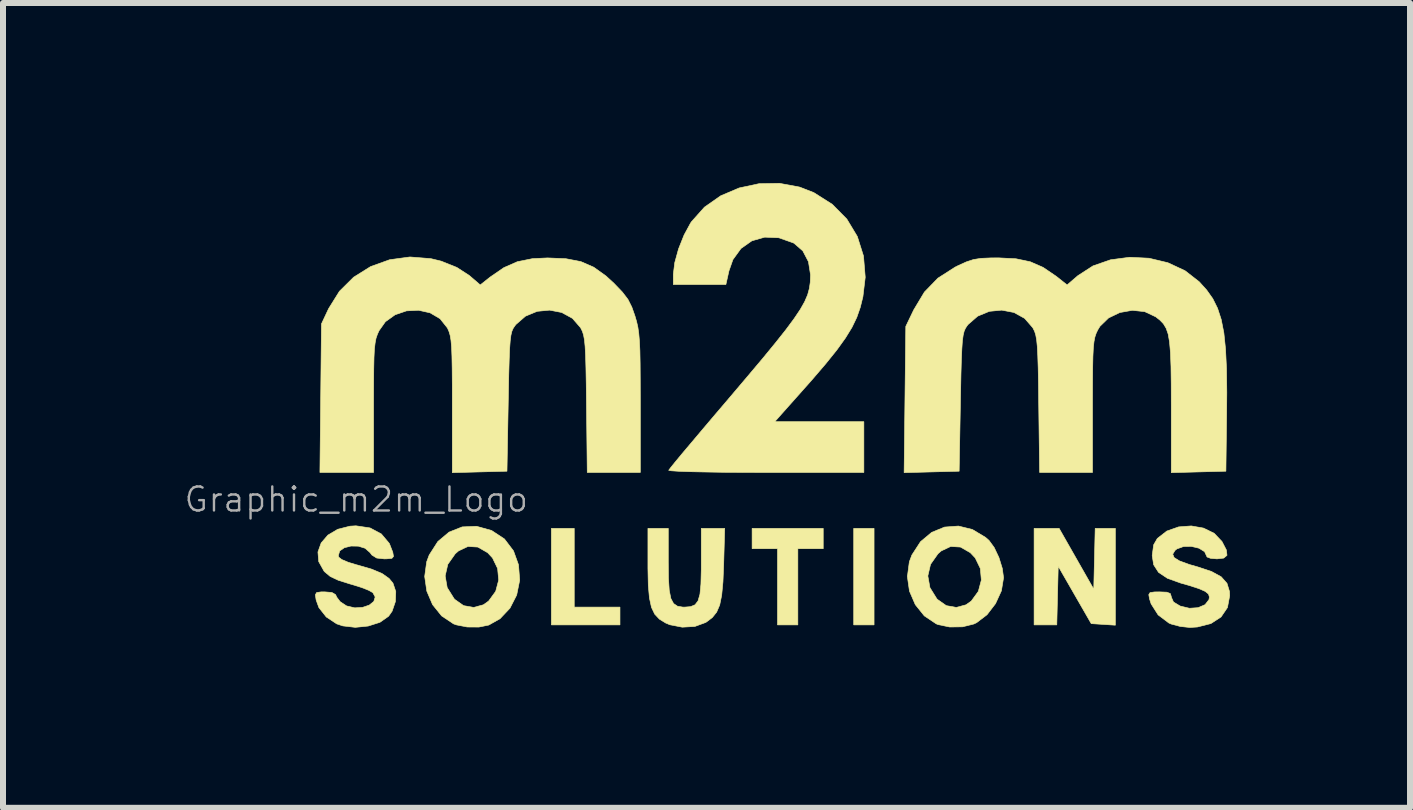
<source format=kicad_pcb>
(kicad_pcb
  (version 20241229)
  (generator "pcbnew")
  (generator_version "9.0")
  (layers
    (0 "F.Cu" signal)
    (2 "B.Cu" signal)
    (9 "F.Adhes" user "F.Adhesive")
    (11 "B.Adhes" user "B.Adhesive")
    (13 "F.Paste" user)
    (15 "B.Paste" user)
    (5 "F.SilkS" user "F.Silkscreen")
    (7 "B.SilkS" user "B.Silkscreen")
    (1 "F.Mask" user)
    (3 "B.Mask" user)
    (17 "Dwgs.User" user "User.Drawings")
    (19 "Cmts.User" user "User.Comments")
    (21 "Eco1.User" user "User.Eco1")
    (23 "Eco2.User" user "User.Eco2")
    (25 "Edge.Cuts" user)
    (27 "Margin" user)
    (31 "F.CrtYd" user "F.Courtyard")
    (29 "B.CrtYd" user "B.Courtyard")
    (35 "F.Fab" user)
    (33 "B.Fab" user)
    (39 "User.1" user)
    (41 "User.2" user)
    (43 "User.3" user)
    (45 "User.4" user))
  (footprint "Graphic_m2m_Logo"
    (layer "F.Cu")
    (at 10.287 4.273)
    (property "Reference" "Graphic_m2m_Logo" (at -7.4 1 0) (layer "F.Fab") (effects (font (size 0.4 0.4) (thickness 0.04))))
    (attr board_only exclude_from_pos_files exclude_from_bom)
    (fp_poly (pts (xy 1.228 3.09) (xy 0.889 3.09) (xy 0.889 1.482) (xy 1.228 1.482) (xy 1.228 3.09)) (stroke (width 0.01) (type solid)) (fill yes) (layer "F.SilkS"))
    (fp_poly (pts (xy -3.768 2.794) (xy -3.006 2.794) (xy -3.006 3.09) (xy -4.149 3.09) (xy -4.149 1.482) (xy -3.768 1.482) (xy -3.768 2.794)) (stroke (width 0.01) (type solid)) (fill yes) (layer "F.SilkS"))
    (fp_poly (pts (xy 0.381 1.82) (xy -0.042 1.82) (xy -0.042 3.09) (xy -0.381 3.09) (xy -0.381 1.82) (xy -0.804 1.82) (xy -0.804 1.482) (xy 0.381 1.482) (xy 0.381 1.82)) (stroke (width 0.01) (type solid)) (fill yes) (layer "F.SilkS"))
    (fp_poly (pts (xy 4.889 2.495) (xy 4.901 1.988) (xy 4.913 1.482) (xy 5.249 1.482) (xy 5.249 3.095) (xy 5.048 3.082) (xy 4.847 3.069) (xy 4.297 2.113) (xy 4.285 2.602) (xy 4.273 3.09) (xy 3.895 3.09) (xy 3.895 1.482) (xy 4.312 1.482) (xy 4.889 2.495)) (stroke (width 0.01) (type solid)) (fill yes) (layer "F.SilkS"))
    (fp_poly (pts (xy -2.201 2.044) (xy -2.198 2.316) (xy -2.185 2.514) (xy -2.158 2.65) (xy -2.113 2.734) (xy -2.047 2.779) (xy -1.956 2.794) (xy -1.93 2.794) (xy -1.829 2.786) (xy -1.755 2.755) (xy -1.705 2.69) (xy -1.673 2.578) (xy -1.657 2.409) (xy -1.651 2.171) (xy -1.651 2.06) (xy -1.651 1.482) (xy -1.261 1.482) (xy -1.278 2.085) (xy -1.29 2.375) (xy -1.311 2.595) (xy -1.344 2.758) (xy -1.395 2.877) (xy -1.467 2.967) (xy -1.564 3.041) (xy -1.579 3.05) (xy -1.758 3.116) (xy -1.968 3.128) (xy -2.174 3.088) (xy -2.244 3.059) (xy -2.349 2.994) (xy -2.427 2.911) (xy -2.481 2.798) (xy -2.515 2.642) (xy -2.534 2.43) (xy -2.54 2.148) (xy -2.54 2.085) (xy -2.54 1.482) (xy -2.201 1.482) (xy -2.201 2.044)) (stroke (width 0.01) (type solid)) (fill yes) (layer "F.SilkS"))
    (fp_poly (pts (xy -5.148 1.516) (xy -5.142 1.519) (xy -4.931 1.658) (xy -4.78 1.857) (xy -4.697 2.088) (xy -4.677 2.345) (xy -4.727 2.592) (xy -4.839 2.811) (xy -5.005 2.987) (xy -5.193 3.093) (xy -5.357 3.126) (xy -5.552 3.125) (xy -5.731 3.09) (xy -5.779 3.073) (xy -5.978 2.94) (xy -6.129 2.752) (xy -6.225 2.527) (xy -6.26 2.284) (xy -6.259 2.274) (xy -5.919 2.274) (xy -5.885 2.469) (xy -5.77 2.653) (xy -5.758 2.666) (xy -5.612 2.769) (xy -5.445 2.799) (xy -5.282 2.755) (xy -5.195 2.693) (xy -5.077 2.531) (xy -5.027 2.343) (xy -5.045 2.15) (xy -5.13 1.974) (xy -5.211 1.887) (xy -5.375 1.793) (xy -5.539 1.783) (xy -5.696 1.857) (xy -5.751 1.905) (xy -5.875 2.081) (xy -5.919 2.274) (xy -6.259 2.274) (xy -6.227 2.039) (xy -6.185 1.926) (xy -6.041 1.701) (xy -5.854 1.544) (xy -5.635 1.457) (xy -5.396 1.447) (xy -5.148 1.516)) (stroke (width 0.01) (type solid)) (fill yes) (layer "F.SilkS"))
    (fp_poly (pts (xy 2.866 1.5) (xy 3.086 1.632) (xy 3.144 1.683) (xy 3.23 1.801) (xy 3.309 1.968) (xy 3.365 2.149) (xy 3.386 2.304) (xy 3.35 2.522) (xy 3.252 2.736) (xy 3.11 2.921) (xy 2.937 3.053) (xy 2.891 3.075) (xy 2.702 3.122) (xy 2.488 3.125) (xy 2.295 3.085) (xy 2.265 3.073) (xy 2.066 2.94) (xy 1.915 2.752) (xy 1.818 2.527) (xy 1.783 2.284) (xy 1.785 2.274) (xy 2.124 2.274) (xy 2.159 2.469) (xy 2.273 2.653) (xy 2.285 2.666) (xy 2.432 2.769) (xy 2.598 2.799) (xy 2.761 2.755) (xy 2.848 2.693) (xy 2.966 2.531) (xy 3.016 2.343) (xy 2.999 2.15) (xy 2.914 1.974) (xy 2.832 1.887) (xy 2.668 1.793) (xy 2.505 1.783) (xy 2.348 1.857) (xy 2.293 1.905) (xy 2.169 2.081) (xy 2.124 2.274) (xy 1.785 2.274) (xy 1.816 2.039) (xy 1.858 1.926) (xy 2.002 1.704) (xy 2.188 1.548) (xy 2.403 1.46) (xy 2.634 1.443) (xy 2.866 1.5)) (stroke (width 0.01) (type solid)) (fill yes) (layer "F.SilkS"))
    (fp_poly (pts (xy 6.718 1.477) (xy 6.896 1.564) (xy 7.026 1.701) (xy 7.026 1.701) (xy 7.099 1.842) (xy 7.109 1.931) (xy 7.055 1.977) (xy 6.943 1.99) (xy 6.837 1.981) (xy 6.778 1.959) (xy 6.773 1.95) (xy 6.736 1.87) (xy 6.642 1.812) (xy 6.516 1.782) (xy 6.385 1.784) (xy 6.274 1.824) (xy 6.244 1.848) (xy 6.205 1.911) (xy 6.228 1.968) (xy 6.318 2.024) (xy 6.482 2.084) (xy 6.616 2.122) (xy 6.851 2.2) (xy 7.012 2.288) (xy 7.109 2.397) (xy 7.151 2.534) (xy 7.154 2.604) (xy 7.117 2.801) (xy 7.01 2.958) (xy 6.841 3.068) (xy 6.616 3.125) (xy 6.489 3.133) (xy 6.331 3.116) (xy 6.18 3.076) (xy 6.141 3.059) (xy 5.962 2.924) (xy 5.845 2.74) (xy 5.818 2.656) (xy 5.806 2.586) (xy 5.827 2.552) (xy 5.9 2.541) (xy 5.986 2.54) (xy 6.106 2.545) (xy 6.164 2.567) (xy 6.18 2.615) (xy 6.181 2.627) (xy 6.218 2.709) (xy 6.329 2.776) (xy 6.483 2.813) (xy 6.628 2.803) (xy 6.744 2.753) (xy 6.809 2.669) (xy 6.816 2.625) (xy 6.801 2.576) (xy 6.747 2.532) (xy 6.643 2.486) (xy 6.476 2.432) (xy 6.341 2.394) (xy 6.117 2.314) (xy 5.969 2.215) (xy 5.887 2.088) (xy 5.863 1.934) (xy 5.887 1.756) (xy 5.948 1.65) (xy 6.107 1.526) (xy 6.303 1.457) (xy 6.514 1.441) (xy 6.718 1.477)) (stroke (width 0.01) (type solid)) (fill yes) (layer "F.SilkS"))
    (fp_poly (pts (xy -7.171 1.474) (xy -6.983 1.574) (xy -6.849 1.733) (xy -6.792 1.879) (xy -6.78 1.95) (xy -6.807 1.981) (xy -6.892 1.989) (xy -6.933 1.99) (xy -7.06 1.976) (xy -7.14 1.926) (xy -7.172 1.884) (xy -7.253 1.813) (xy -7.366 1.778) (xy -7.488 1.776) (xy -7.599 1.804) (xy -7.676 1.857) (xy -7.699 1.934) (xy -7.692 1.962) (xy -7.642 2.001) (xy -7.533 2.047) (xy -7.388 2.091) (xy -7.385 2.091) (xy -7.144 2.161) (xy -6.972 2.233) (xy -6.854 2.316) (xy -6.789 2.394) (xy -6.742 2.534) (xy -6.748 2.701) (xy -6.803 2.862) (xy -6.862 2.946) (xy -7.006 3.047) (xy -7.201 3.109) (xy -7.416 3.131) (xy -7.624 3.107) (xy -7.726 3.073) (xy -7.9 2.958) (xy -8.023 2.802) (xy -8.069 2.676) (xy -8.082 2.589) (xy -8.061 2.551) (xy -7.985 2.54) (xy -7.924 2.54) (xy -7.806 2.55) (xy -7.745 2.586) (xy -7.725 2.629) (xy -7.668 2.704) (xy -7.568 2.77) (xy -7.558 2.775) (xy -7.425 2.806) (xy -7.295 2.798) (xy -7.183 2.76) (xy -7.108 2.699) (xy -7.085 2.625) (xy -7.124 2.553) (xy -7.19 2.515) (xy -7.314 2.466) (xy -7.472 2.417) (xy -7.507 2.407) (xy -7.701 2.346) (xy -7.834 2.283) (xy -7.925 2.207) (xy -7.938 2.193) (xy -8.026 2.035) (xy -8.039 1.875) (xy -7.985 1.724) (xy -7.873 1.594) (xy -7.71 1.497) (xy -7.506 1.445) (xy -7.406 1.439) (xy -7.171 1.474)) (stroke (width 0.01) (type solid)) (fill yes) (layer "F.SilkS"))
    (fp_poly (pts (xy -0.013 -4.206) (xy 0.225 -4.113) (xy 0.531 -3.919) (xy 0.774 -3.673) (xy 0.949 -3.383) (xy 1.052 -3.057) (xy 1.081 -2.703) (xy 1.042 -2.377) (xy 0.998 -2.2) (xy 0.94 -2.034) (xy 0.86 -1.868) (xy 0.752 -1.692) (xy 0.609 -1.493) (xy 0.424 -1.263) (xy 0.191 -0.991) (xy 0.016 -0.794) (xy -0.427 -0.296) (xy 1.058 -0.296) (xy 1.058 0.55) (xy -0.575 0.55) (xy -0.954 0.549) (xy -1.298 0.547) (xy -1.597 0.542) (xy -1.844 0.537) (xy -2.032 0.53) (xy -2.151 0.522) (xy -2.194 0.514) (xy -2.194 0.513) (xy -2.164 0.473) (xy -2.086 0.376) (xy -1.965 0.23) (xy -1.807 0.043) (xy -1.62 -0.179) (xy -1.409 -0.428) (xy -1.195 -0.679) (xy -0.884 -1.046) (xy -0.623 -1.356) (xy -0.409 -1.617) (xy -0.237 -1.834) (xy -0.103 -2.015) (xy -0.001 -2.167) (xy 0.072 -2.296) (xy 0.121 -2.41) (xy 0.15 -2.516) (xy 0.165 -2.62) (xy 0.169 -2.729) (xy 0.169 -2.747) (xy 0.135 -2.962) (xy 0.041 -3.142) (xy -0.104 -3.268) (xy -0.116 -3.275) (xy -0.359 -3.361) (xy -0.594 -3.371) (xy -0.808 -3.31) (xy -0.989 -3.183) (xy -1.124 -2.997) (xy -1.19 -2.809) (xy -1.241 -2.582) (xy -2.117 -2.582) (xy -2.117 -2.753) (xy -2.093 -2.947) (xy -2.03 -3.175) (xy -1.938 -3.406) (xy -1.829 -3.607) (xy -1.814 -3.629) (xy -1.598 -3.871) (xy -1.328 -4.06) (xy -1.02 -4.191) (xy -0.689 -4.262) (xy -0.348 -4.268) (xy -0.013 -4.206)) (stroke (width 0.01) (type solid)) (fill yes) (layer "F.SilkS"))
    (fp_poly (pts (xy 5.81 -3.02) (xy 6.124 -2.945) (xy 6.41 -2.812) (xy 6.645 -2.629) (xy 6.77 -2.491) (xy 6.872 -2.347) (xy 6.952 -2.186) (xy 7.013 -1.999) (xy 7.057 -1.776) (xy 7.085 -1.505) (xy 7.101 -1.179) (xy 7.106 -0.785) (xy 7.103 -0.423) (xy 7.091 0.529) (xy 6.636 0.541) (xy 6.181 0.553) (xy 6.181 -0.559) (xy 6.18 -0.927) (xy 6.176 -1.22) (xy 6.167 -1.449) (xy 6.152 -1.624) (xy 6.129 -1.756) (xy 6.095 -1.853) (xy 6.05 -1.928) (xy 5.991 -1.989) (xy 5.921 -2.044) (xy 5.738 -2.13) (xy 5.531 -2.152) (xy 5.323 -2.115) (xy 5.136 -2.025) (xy 4.992 -1.885) (xy 4.956 -1.826) (xy 4.929 -1.769) (xy 4.908 -1.707) (xy 4.893 -1.63) (xy 4.882 -1.527) (xy 4.875 -1.385) (xy 4.871 -1.195) (xy 4.869 -0.944) (xy 4.868 -0.622) (xy 4.868 -0.552) (xy 4.868 0.55) (xy 3.987 0.55) (xy 3.972 -0.582) (xy 3.968 -0.924) (xy 3.963 -1.193) (xy 3.956 -1.398) (xy 3.948 -1.55) (xy 3.937 -1.661) (xy 3.922 -1.742) (xy 3.903 -1.802) (xy 3.878 -1.852) (xy 3.872 -1.863) (xy 3.737 -2.018) (xy 3.559 -2.116) (xy 3.356 -2.155) (xy 3.149 -2.135) (xy 2.955 -2.055) (xy 2.794 -1.915) (xy 2.776 -1.891) (xy 2.75 -1.851) (xy 2.729 -1.803) (xy 2.713 -1.737) (xy 2.7 -1.643) (xy 2.691 -1.51) (xy 2.683 -1.328) (xy 2.676 -1.086) (xy 2.67 -0.775) (xy 2.667 -0.621) (xy 2.646 0.529) (xy 2.187 0.541) (xy 1.729 0.553) (xy 1.743 -0.665) (xy 1.757 -1.884) (xy 1.889 -2.159) (xy 2.067 -2.456) (xy 2.292 -2.688) (xy 2.579 -2.872) (xy 2.625 -2.895) (xy 2.766 -2.959) (xy 2.884 -2.998) (xy 3.009 -3.018) (xy 3.172 -3.025) (xy 3.302 -3.026) (xy 3.593 -3.011) (xy 3.831 -2.961) (xy 4.044 -2.868) (xy 4.258 -2.723) (xy 4.279 -2.707) (xy 4.445 -2.575) (xy 4.624 -2.729) (xy 4.876 -2.892) (xy 5.169 -2.994) (xy 5.487 -3.036) (xy 5.81 -3.02)) (stroke (width 0.01) (type solid)) (fill yes) (layer "F.SilkS"))
    (fp_poly (pts (xy -6.157 -3.013) (xy -5.984 -2.971) (xy -5.725 -2.867) (xy -5.518 -2.733) (xy -5.513 -2.729) (xy -5.334 -2.575) (xy -5.168 -2.707) (xy -4.941 -2.863) (xy -4.716 -2.962) (xy -4.464 -3.013) (xy -4.212 -3.025) (xy -3.907 -3.012) (xy -3.658 -2.964) (xy -3.444 -2.871) (xy -3.24 -2.725) (xy -3.105 -2.601) (xy -2.966 -2.456) (xy -2.873 -2.334) (xy -2.808 -2.205) (xy -2.756 -2.057) (xy -2.729 -1.964) (xy -2.708 -1.872) (xy -2.693 -1.768) (xy -2.682 -1.641) (xy -2.674 -1.478) (xy -2.67 -1.268) (xy -2.668 -0.999) (xy -2.667 -0.658) (xy -2.667 -0.609) (xy -2.667 0.55) (xy -3.551 0.55) (xy -3.564 -0.582) (xy -3.568 -0.924) (xy -3.573 -1.192) (xy -3.579 -1.397) (xy -3.587 -1.55) (xy -3.598 -1.661) (xy -3.613 -1.741) (xy -3.632 -1.801) (xy -3.657 -1.852) (xy -3.663 -1.863) (xy -3.798 -2.018) (xy -3.977 -2.116) (xy -4.179 -2.155) (xy -4.386 -2.135) (xy -4.58 -2.055) (xy -4.741 -1.915) (xy -4.759 -1.891) (xy -4.786 -1.851) (xy -4.807 -1.803) (xy -4.823 -1.737) (xy -4.835 -1.643) (xy -4.845 -1.51) (xy -4.852 -1.328) (xy -4.859 -1.086) (xy -4.865 -0.775) (xy -4.868 -0.621) (xy -4.889 0.529) (xy -5.345 0.541) (xy -5.8 0.553) (xy -5.8 -0.572) (xy -5.8 -0.913) (xy -5.802 -1.181) (xy -5.806 -1.387) (xy -5.812 -1.54) (xy -5.822 -1.652) (xy -5.836 -1.735) (xy -5.855 -1.798) (xy -5.879 -1.853) (xy -5.882 -1.859) (xy -6.004 -2.012) (xy -6.17 -2.11) (xy -6.362 -2.153) (xy -6.563 -2.143) (xy -6.753 -2.078) (xy -6.915 -1.962) (xy -7.021 -1.812) (xy -7.049 -1.75) (xy -7.071 -1.686) (xy -7.086 -1.608) (xy -7.098 -1.506) (xy -7.105 -1.366) (xy -7.109 -1.179) (xy -7.111 -0.933) (xy -7.112 -0.615) (xy -7.112 -0.537) (xy -7.112 0.55) (xy -8.006 0.55) (xy -7.98 -1.926) (xy -7.861 -2.18) (xy -7.681 -2.469) (xy -7.444 -2.704) (xy -7.161 -2.881) (xy -6.844 -2.995) (xy -6.506 -3.041) (xy -6.157 -3.013)) (stroke (width 0.01) (type solid)) (fill yes) (layer "F.SilkS")))
  (gr_rect
    (start -3 -3)
    (end 20.446 10.411)
    (stroke (width 0.1) (type default))
    (fill no)
    (layer "Edge.Cuts")))
</source>
